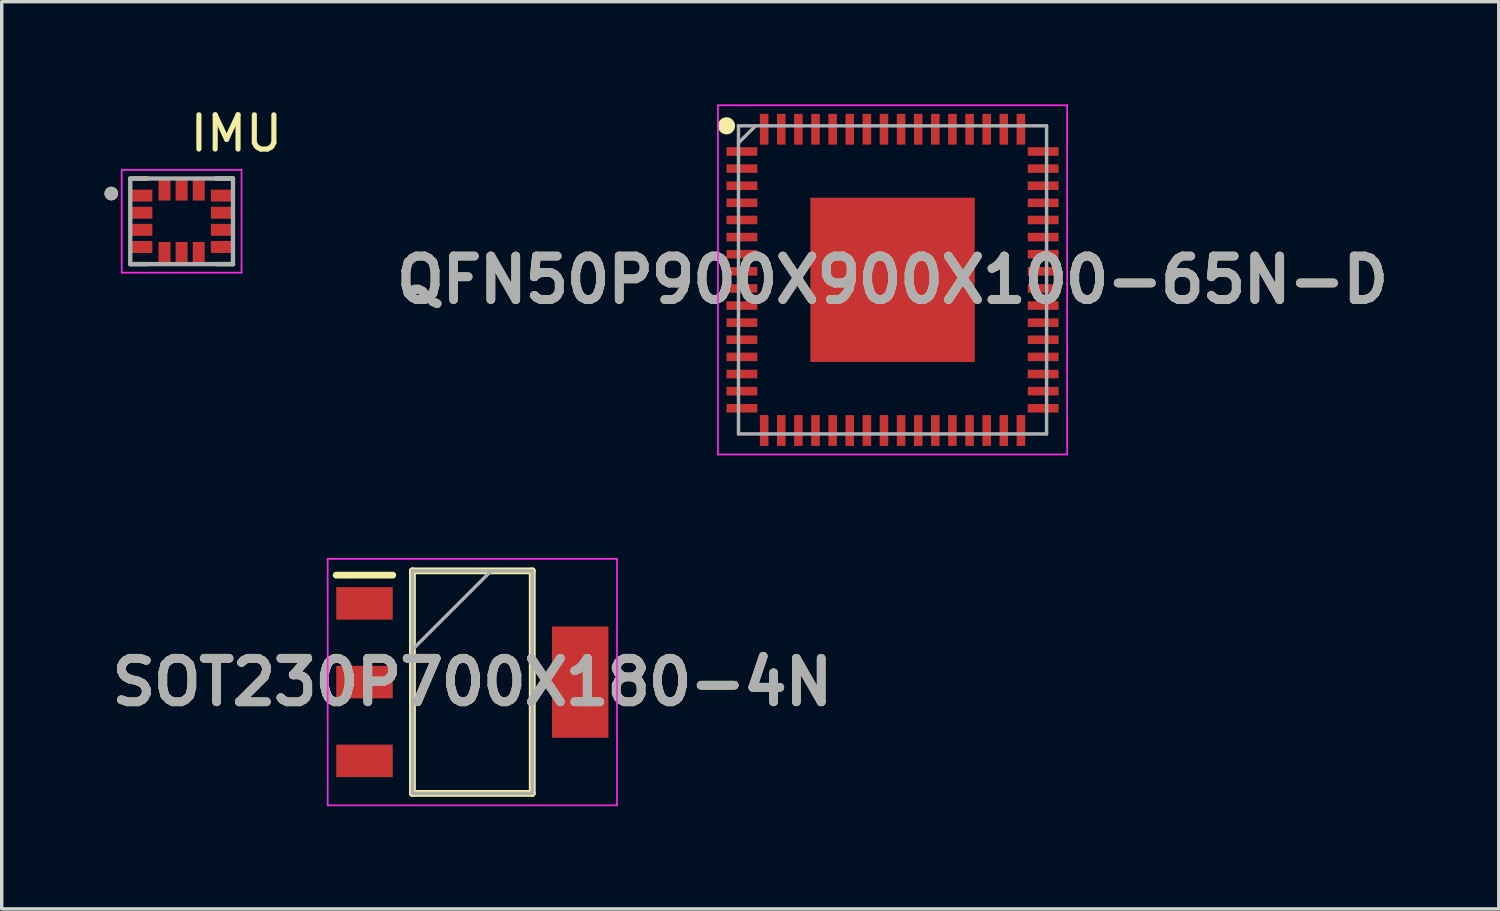
<source format=kicad_pcb>
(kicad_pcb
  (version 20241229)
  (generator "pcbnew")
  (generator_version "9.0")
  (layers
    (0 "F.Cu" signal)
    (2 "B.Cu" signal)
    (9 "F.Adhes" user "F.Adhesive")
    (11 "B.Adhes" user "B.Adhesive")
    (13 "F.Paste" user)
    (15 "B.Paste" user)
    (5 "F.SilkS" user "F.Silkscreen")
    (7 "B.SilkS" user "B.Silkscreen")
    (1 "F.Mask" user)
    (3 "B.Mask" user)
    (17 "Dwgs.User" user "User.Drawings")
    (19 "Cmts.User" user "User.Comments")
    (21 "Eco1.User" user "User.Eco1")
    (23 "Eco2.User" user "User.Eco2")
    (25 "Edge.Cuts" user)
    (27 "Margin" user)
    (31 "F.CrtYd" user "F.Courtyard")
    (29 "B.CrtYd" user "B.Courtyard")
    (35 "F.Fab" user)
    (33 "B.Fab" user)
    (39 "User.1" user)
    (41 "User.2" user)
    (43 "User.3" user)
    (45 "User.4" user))
  (footprint "QFN50P900X900X100-65N-D"
    (layer "F.Cu")
    (at 23.021 5.125)
    (property "Reference" "QFN50P900X900X100-65N-D" (at 0 0 0) (layer "F.SilkS") (effects (font (size 1.27 1.27) (thickness 0.254))))
    (attr smd)
    (fp_circle (center -4.85 -4.5) (end -4.85 -4.375) (stroke (width 0.25) (type solid)) (fill no) (layer "F.SilkS"))
    (fp_line (start -5.1 -5.1) (end 5.1 -5.1) (stroke (width 0.05) (type solid)) (layer "F.CrtYd"))
    (fp_line (start -5.1 5.1) (end -5.1 -5.1) (stroke (width 0.05) (type solid)) (layer "F.CrtYd"))
    (fp_line (start 5.1 -5.1) (end 5.1 5.1) (stroke (width 0.05) (type solid)) (layer "F.CrtYd"))
    (fp_line (start 5.1 5.1) (end -5.1 5.1) (stroke (width 0.05) (type solid)) (layer "F.CrtYd"))
    (fp_line (start -4.5 -4.5) (end 4.5 -4.5) (stroke (width 0.1) (type solid)) (layer "F.Fab"))
    (fp_line (start -4.5 -4) (end -4 -4.5) (stroke (width 0.1) (type solid)) (layer "F.Fab"))
    (fp_line (start -4.5 4.5) (end -4.5 -4.5) (stroke (width 0.1) (type solid)) (layer "F.Fab"))
    (fp_line (start 4.5 -4.5) (end 4.5 4.5) (stroke (width 0.1) (type solid)) (layer "F.Fab"))
    (fp_line (start 4.5 4.5) (end -4.5 4.5) (stroke (width 0.1) (type solid)) (layer "F.Fab"))
    (fp_text user "${REFERENCE}" (at 0 0 0) (layer "F.Fab") (effects (font (size 1.27 1.27) (thickness 0.254))))
    (pad "1" smd rect (at -4.4 -3.75 90) (size 0.25 0.9) (layers "F.Cu" "F.Mask" "F.Paste"))
    (pad "2" smd rect (at -4.4 -3.25 90) (size 0.25 0.9) (layers "F.Cu" "F.Mask" "F.Paste"))
    (pad "3" smd rect (at -4.4 -2.75 90) (size 0.25 0.9) (layers "F.Cu" "F.Mask" "F.Paste"))
    (pad "4" smd rect (at -4.4 -2.25 90) (size 0.25 0.9) (layers "F.Cu" "F.Mask" "F.Paste"))
    (pad "5" smd rect (at -4.4 -1.75 90) (size 0.25 0.9) (layers "F.Cu" "F.Mask" "F.Paste"))
    (pad "6" smd rect (at -4.4 -1.25 90) (size 0.25 0.9) (layers "F.Cu" "F.Mask" "F.Paste"))
    (pad "7" smd rect (at -4.4 -0.75 90) (size 0.25 0.9) (layers "F.Cu" "F.Mask" "F.Paste"))
    (pad "8" smd rect (at -4.4 -0.25 90) (size 0.25 0.9) (layers "F.Cu" "F.Mask" "F.Paste"))
    (pad "9" smd rect (at -4.4 0.25 90) (size 0.25 0.9) (layers "F.Cu" "F.Mask" "F.Paste"))
    (pad "10" smd rect (at -4.4 0.75 90) (size 0.25 0.9) (layers "F.Cu" "F.Mask" "F.Paste"))
    (pad "11" smd rect (at -4.4 1.25 90) (size 0.25 0.9) (layers "F.Cu" "F.Mask" "F.Paste"))
    (pad "12" smd rect (at -4.4 1.75 90) (size 0.25 0.9) (layers "F.Cu" "F.Mask" "F.Paste"))
    (pad "13" smd rect (at -4.4 2.25 90) (size 0.25 0.9) (layers "F.Cu" "F.Mask" "F.Paste"))
    (pad "14" smd rect (at -4.4 2.75 90) (size 0.25 0.9) (layers "F.Cu" "F.Mask" "F.Paste"))
    (pad "15" smd rect (at -4.4 3.25 90) (size 0.25 0.9) (layers "F.Cu" "F.Mask" "F.Paste"))
    (pad "16" smd rect (at -4.4 3.75 90) (size 0.25 0.9) (layers "F.Cu" "F.Mask" "F.Paste"))
    (pad "17" smd rect (at -3.75 4.4) (size 0.25 0.9) (layers "F.Cu" "F.Mask" "F.Paste"))
    (pad "18" smd rect (at -3.25 4.4) (size 0.25 0.9) (layers "F.Cu" "F.Mask" "F.Paste"))
    (pad "19" smd rect (at -2.75 4.4) (size 0.25 0.9) (layers "F.Cu" "F.Mask" "F.Paste"))
    (pad "20" smd rect (at -2.25 4.4) (size 0.25 0.9) (layers "F.Cu" "F.Mask" "F.Paste"))
    (pad "21" smd rect (at -1.75 4.4) (size 0.25 0.9) (layers "F.Cu" "F.Mask" "F.Paste"))
    (pad "22" smd rect (at -1.25 4.4) (size 0.25 0.9) (layers "F.Cu" "F.Mask" "F.Paste"))
    (pad "23" smd rect (at -0.75 4.4) (size 0.25 0.9) (layers "F.Cu" "F.Mask" "F.Paste"))
    (pad "24" smd rect (at -0.25 4.4) (size 0.25 0.9) (layers "F.Cu" "F.Mask" "F.Paste"))
    (pad "25" smd rect (at 0.25 4.4) (size 0.25 0.9) (layers "F.Cu" "F.Mask" "F.Paste"))
    (pad "26" smd rect (at 0.75 4.4) (size 0.25 0.9) (layers "F.Cu" "F.Mask" "F.Paste"))
    (pad "27" smd rect (at 1.25 4.4) (size 0.25 0.9) (layers "F.Cu" "F.Mask" "F.Paste"))
    (pad "28" smd rect (at 1.75 4.4) (size 0.25 0.9) (layers "F.Cu" "F.Mask" "F.Paste"))
    (pad "29" smd rect (at 2.25 4.4) (size 0.25 0.9) (layers "F.Cu" "F.Mask" "F.Paste"))
    (pad "30" smd rect (at 2.75 4.4) (size 0.25 0.9) (layers "F.Cu" "F.Mask" "F.Paste"))
    (pad "31" smd rect (at 3.25 4.4) (size 0.25 0.9) (layers "F.Cu" "F.Mask" "F.Paste"))
    (pad "32" smd rect (at 3.75 4.4) (size 0.25 0.9) (layers "F.Cu" "F.Mask" "F.Paste"))
    (pad "33" smd rect (at 4.4 3.75 90) (size 0.25 0.9) (layers "F.Cu" "F.Mask" "F.Paste"))
    (pad "34" smd rect (at 4.4 3.25 90) (size 0.25 0.9) (layers "F.Cu" "F.Mask" "F.Paste"))
    (pad "35" smd rect (at 4.4 2.75 90) (size 0.25 0.9) (layers "F.Cu" "F.Mask" "F.Paste"))
    (pad "36" smd rect (at 4.4 2.25 90) (size 0.25 0.9) (layers "F.Cu" "F.Mask" "F.Paste"))
    (pad "37" smd rect (at 4.4 1.75 90) (size 0.25 0.9) (layers "F.Cu" "F.Mask" "F.Paste"))
    (pad "38" smd rect (at 4.4 1.25 90) (size 0.25 0.9) (layers "F.Cu" "F.Mask" "F.Paste"))
    (pad "39" smd rect (at 4.4 0.75 90) (size 0.25 0.9) (layers "F.Cu" "F.Mask" "F.Paste"))
    (pad "40" smd rect (at 4.4 0.25 90) (size 0.25 0.9) (layers "F.Cu" "F.Mask" "F.Paste"))
    (pad "41" smd rect (at 4.4 -0.25 90) (size 0.25 0.9) (layers "F.Cu" "F.Mask" "F.Paste"))
    (pad "42" smd rect (at 4.4 -0.75 90) (size 0.25 0.9) (layers "F.Cu" "F.Mask" "F.Paste"))
    (pad "43" smd rect (at 4.4 -1.25 90) (size 0.25 0.9) (layers "F.Cu" "F.Mask" "F.Paste"))
    (pad "44" smd rect (at 4.4 -1.75 90) (size 0.25 0.9) (layers "F.Cu" "F.Mask" "F.Paste"))
    (pad "45" smd rect (at 4.4 -2.25 90) (size 0.25 0.9) (layers "F.Cu" "F.Mask" "F.Paste"))
    (pad "46" smd rect (at 4.4 -2.75 90) (size 0.25 0.9) (layers "F.Cu" "F.Mask" "F.Paste"))
    (pad "47" smd rect (at 4.4 -3.25 90) (size 0.25 0.9) (layers "F.Cu" "F.Mask" "F.Paste"))
    (pad "48" smd rect (at 4.4 -3.75 90) (size 0.25 0.9) (layers "F.Cu" "F.Mask" "F.Paste"))
    (pad "49" smd rect (at 3.75 -4.4) (size 0.25 0.9) (layers "F.Cu" "F.Mask" "F.Paste"))
    (pad "50" smd rect (at 3.25 -4.4) (size 0.25 0.9) (layers "F.Cu" "F.Mask" "F.Paste"))
    (pad "51" smd rect (at 2.75 -4.4) (size 0.25 0.9) (layers "F.Cu" "F.Mask" "F.Paste"))
    (pad "52" smd rect (at 2.25 -4.4) (size 0.25 0.9) (layers "F.Cu" "F.Mask" "F.Paste"))
    (pad "53" smd rect (at 1.75 -4.4) (size 0.25 0.9) (layers "F.Cu" "F.Mask" "F.Paste"))
    (pad "54" smd rect (at 1.25 -4.4) (size 0.25 0.9) (layers "F.Cu" "F.Mask" "F.Paste"))
    (pad "55" smd rect (at 0.75 -4.4) (size 0.25 0.9) (layers "F.Cu" "F.Mask" "F.Paste"))
    (pad "56" smd rect (at 0.25 -4.4) (size 0.25 0.9) (layers "F.Cu" "F.Mask" "F.Paste"))
    (pad "57" smd rect (at -0.25 -4.4) (size 0.25 0.9) (layers "F.Cu" "F.Mask" "F.Paste"))
    (pad "58" smd rect (at -0.75 -4.4) (size 0.25 0.9) (layers "F.Cu" "F.Mask" "F.Paste"))
    (pad "59" smd rect (at -1.25 -4.4) (size 0.25 0.9) (layers "F.Cu" "F.Mask" "F.Paste"))
    (pad "60" smd rect (at -1.75 -4.4) (size 0.25 0.9) (layers "F.Cu" "F.Mask" "F.Paste"))
    (pad "61" smd rect (at -2.25 -4.4) (size 0.25 0.9) (layers "F.Cu" "F.Mask" "F.Paste"))
    (pad "62" smd rect (at -2.75 -4.4) (size 0.25 0.9) (layers "F.Cu" "F.Mask" "F.Paste"))
    (pad "63" smd rect (at -3.25 -4.4) (size 0.25 0.9) (layers "F.Cu" "F.Mask" "F.Paste"))
    (pad "64" smd rect (at -3.75 -4.4) (size 0.25 0.9) (layers "F.Cu" "F.Mask" "F.Paste"))
    (pad "65" smd rect (at 0 0) (size 4.8 4.8) (layers "F.Cu" "F.Mask" "F.Paste")))
  (footprint "IMU"
    (layer "F.Cu")
    (at 2.255 3.414)
    (property "Reference" "IMU" (at 1.6 -2.565 0) (layer "F.SilkS") (effects (font (size 1 1) (thickness 0.15))))
    (attr smd)
    (fp_poly (pts (xy -1.515 -0.975) (xy -0.805 -0.975) (xy -0.805 -0.525) (xy -1.515 -0.525)) (stroke (width 0.01) (type solid)) (fill yes) (layer "F.Mask"))
    (fp_poly (pts (xy -1.515 -0.475) (xy -0.805 -0.475) (xy -0.805 -0.025) (xy -1.515 -0.025)) (stroke (width 0.01) (type solid)) (fill yes) (layer "F.Mask"))
    (fp_poly (pts (xy -1.515 0.025) (xy -0.805 0.025) (xy -0.805 0.475) (xy -1.515 0.475)) (stroke (width 0.01) (type solid)) (fill yes) (layer "F.Mask"))
    (fp_poly (pts (xy -1.515 0.525) (xy -0.805 0.525) (xy -0.805 0.975) (xy -1.515 0.975)) (stroke (width 0.01) (type solid)) (fill yes) (layer "F.Mask"))
    (fp_poly (pts (xy -0.725 -1.265) (xy -0.275 -1.265) (xy -0.275 -0.555) (xy -0.725 -0.555)) (stroke (width 0.01) (type solid)) (fill yes) (layer "F.Mask"))
    (fp_poly (pts (xy -0.725 0.555) (xy -0.275 0.555) (xy -0.275 1.265) (xy -0.725 1.265)) (stroke (width 0.01) (type solid)) (fill yes) (layer "F.Mask"))
    (fp_poly (pts (xy -0.225 -1.265) (xy 0.225 -1.265) (xy 0.225 -0.555) (xy -0.225 -0.555)) (stroke (width 0.01) (type solid)) (fill yes) (layer "F.Mask"))
    (fp_poly (pts (xy -0.225 0.555) (xy 0.225 0.555) (xy 0.225 1.265) (xy -0.225 1.265)) (stroke (width 0.01) (type solid)) (fill yes) (layer "F.Mask"))
    (fp_poly (pts (xy 0.275 -1.265) (xy 0.725 -1.265) (xy 0.725 -0.555) (xy 0.275 -0.555)) (stroke (width 0.01) (type solid)) (fill yes) (layer "F.Mask"))
    (fp_poly (pts (xy 0.275 0.555) (xy 0.725 0.555) (xy 0.725 1.265) (xy 0.275 1.265)) (stroke (width 0.01) (type solid)) (fill yes) (layer "F.Mask"))
    (fp_poly (pts (xy 0.805 -0.975) (xy 1.515 -0.975) (xy 1.515 -0.525) (xy 0.805 -0.525)) (stroke (width 0.01) (type solid)) (fill yes) (layer "F.Mask"))
    (fp_poly (pts (xy 0.805 -0.475) (xy 1.515 -0.475) (xy 1.515 -0.025) (xy 0.805 -0.025)) (stroke (width 0.01) (type solid)) (fill yes) (layer "F.Mask"))
    (fp_poly (pts (xy 0.805 0.025) (xy 1.515 0.025) (xy 1.515 0.475) (xy 0.805 0.475)) (stroke (width 0.01) (type solid)) (fill yes) (layer "F.Mask"))
    (fp_poly (pts (xy 0.805 0.525) (xy 1.515 0.525) (xy 1.515 0.975) (xy 0.805 0.975)) (stroke (width 0.01) (type solid)) (fill yes) (layer "F.Mask"))
    (fp_line (start -1.5 -1.25) (end -1 -1.25) (stroke (width 0.127) (type solid)) (layer "F.SilkS"))
    (fp_line (start -1.5 1.25) (end -1 1.25) (stroke (width 0.127) (type solid)) (layer "F.SilkS"))
    (fp_line (start 1.5 -1.25) (end 1 -1.25) (stroke (width 0.127) (type solid)) (layer "F.SilkS"))
    (fp_line (start 1.5 1.25) (end 1 1.25) (stroke (width 0.127) (type solid)) (layer "F.SilkS"))
    (fp_circle (center -2.055 -0.81) (end -1.955 -0.81) (stroke (width 0.2) (type solid)) (fill no) (layer "F.SilkS"))
    (fp_line (start -1.75 -1.5) (end 1.75 -1.5) (stroke (width 0.05) (type solid)) (layer "F.CrtYd"))
    (fp_line (start -1.75 1.5) (end -1.75 -1.5) (stroke (width 0.05) (type solid)) (layer "F.CrtYd"))
    (fp_line (start 1.75 -1.5) (end 1.75 1.5) (stroke (width 0.05) (type solid)) (layer "F.CrtYd"))
    (fp_line (start 1.75 1.5) (end -1.75 1.5) (stroke (width 0.05) (type solid)) (layer "F.CrtYd"))
    (fp_line (start -1.5 -1.25) (end 1.5 -1.25) (stroke (width 0.127) (type solid)) (layer "F.Fab"))
    (fp_line (start -1.5 1.25) (end -1.5 -1.25) (stroke (width 0.127) (type solid)) (layer "F.Fab"))
    (fp_line (start -1.5 1.25) (end 1.5 1.25) (stroke (width 0.127) (type solid)) (layer "F.Fab"))
    (fp_line (start 1.5 -1.25) (end 1.5 1.25) (stroke (width 0.127) (type solid)) (layer "F.Fab"))
    (fp_circle (center -2.055 -0.81) (end -1.955 -0.81) (stroke (width 0.2) (type solid)) (fill no) (layer "F.Fab"))
    (pad "1" smd rect (at -1.16 -0.75) (size 0.61 0.35) (layers "F.Cu" "F.Paste"))
    (pad "2" smd rect (at -1.16 -0.25) (size 0.61 0.35) (layers "F.Cu" "F.Paste"))
    (pad "3" smd rect (at -1.16 0.25) (size 0.61 0.35) (layers "F.Cu" "F.Paste"))
    (pad "4" smd rect (at -1.16 0.75) (size 0.61 0.35) (layers "F.Cu" "F.Paste"))
    (pad "5" smd rect (at -0.5 0.91) (size 0.35 0.61) (layers "F.Cu" "F.Paste"))
    (pad "6" smd rect (at 0 0.91) (size 0.35 0.61) (layers "F.Cu" "F.Paste"))
    (pad "7" smd rect (at 0.5 0.91) (size 0.35 0.61) (layers "F.Cu" "F.Paste"))
    (pad "8" smd rect (at 1.16 0.75) (size 0.61 0.35) (layers "F.Cu" "F.Paste"))
    (pad "9" smd rect (at 1.16 0.25) (size 0.61 0.35) (layers "F.Cu" "F.Paste"))
    (pad "10" smd rect (at 1.16 -0.25) (size 0.61 0.35) (layers "F.Cu" "F.Paste"))
    (pad "11" smd rect (at 1.16 -0.75) (size 0.61 0.35) (layers "F.Cu" "F.Paste"))
    (pad "12" smd rect (at 0.5 -0.91) (size 0.35 0.61) (layers "F.Cu" "F.Paste"))
    (pad "13" smd rect (at 0 -0.91) (size 0.35 0.61) (layers "F.Cu" "F.Paste"))
    (pad "14" smd rect (at -0.5 -0.91) (size 0.35 0.61) (layers "F.Cu" "F.Paste")))
  (footprint "SOT230P700X180-4N"
    (layer "F.Cu")
    (at 10.747 16.875)
    (property "Reference" "SOT230P700X180-4N" (at 0 0 0) (layer "F.SilkS") (effects (font (size 1.27 1.27) (thickness 0.254))))
    (attr smd)
    (fp_line (start -3.975 -3.125) (end -2.325 -3.125) (stroke (width 0.2) (type solid)) (layer "F.SilkS"))
    (fp_line (start -1.75 -3.25) (end 1.75 -3.25) (stroke (width 0.2) (type solid)) (layer "F.SilkS"))
    (fp_line (start -1.75 3.25) (end -1.75 -3.25) (stroke (width 0.2) (type solid)) (layer "F.SilkS"))
    (fp_line (start 1.75 -3.25) (end 1.75 3.25) (stroke (width 0.2) (type solid)) (layer "F.SilkS"))
    (fp_line (start 1.75 3.25) (end -1.75 3.25) (stroke (width 0.2) (type solid)) (layer "F.SilkS"))
    (fp_line (start -4.225 -3.6) (end 4.225 -3.6) (stroke (width 0.05) (type solid)) (layer "F.CrtYd"))
    (fp_line (start -4.225 3.6) (end -4.225 -3.6) (stroke (width 0.05) (type solid)) (layer "F.CrtYd"))
    (fp_line (start 4.225 -3.6) (end 4.225 3.6) (stroke (width 0.05) (type solid)) (layer "F.CrtYd"))
    (fp_line (start 4.225 3.6) (end -4.225 3.6) (stroke (width 0.05) (type solid)) (layer "F.CrtYd"))
    (fp_line (start -1.75 -3.25) (end 1.75 -3.25) (stroke (width 0.1) (type solid)) (layer "F.Fab"))
    (fp_line (start -1.75 -0.95) (end 0.55 -3.25) (stroke (width 0.1) (type solid)) (layer "F.Fab"))
    (fp_line (start -1.75 3.25) (end -1.75 -3.25) (stroke (width 0.1) (type solid)) (layer "F.Fab"))
    (fp_line (start 1.75 -3.25) (end 1.75 3.25) (stroke (width 0.1) (type solid)) (layer "F.Fab"))
    (fp_line (start 1.75 3.25) (end -1.75 3.25) (stroke (width 0.1) (type solid)) (layer "F.Fab"))
    (fp_text user "${REFERENCE}" (at 0 0 0) (layer "F.Fab") (effects (font (size 1.27 1.27) (thickness 0.254))))
    (pad "1" smd rect (at -3.15 -2.3 90) (size 0.95 1.65) (layers "F.Cu" "F.Mask" "F.Paste"))
    (pad "2" smd rect (at -3.15 0 90) (size 0.95 1.65) (layers "F.Cu" "F.Mask" "F.Paste"))
    (pad "3" smd rect (at -3.15 2.3 90) (size 0.95 1.65) (layers "F.Cu" "F.Mask" "F.Paste"))
    (pad "4" smd rect (at 3.15 0) (size 1.65 3.25) (layers "F.Cu" "F.Mask" "F.Paste")))
  (gr_rect
    (start -3 -3)
    (end 40.729 23.5)
    (stroke (width 0.1) (type default))
    (fill no)
    (layer "Edge.Cuts")))
</source>
